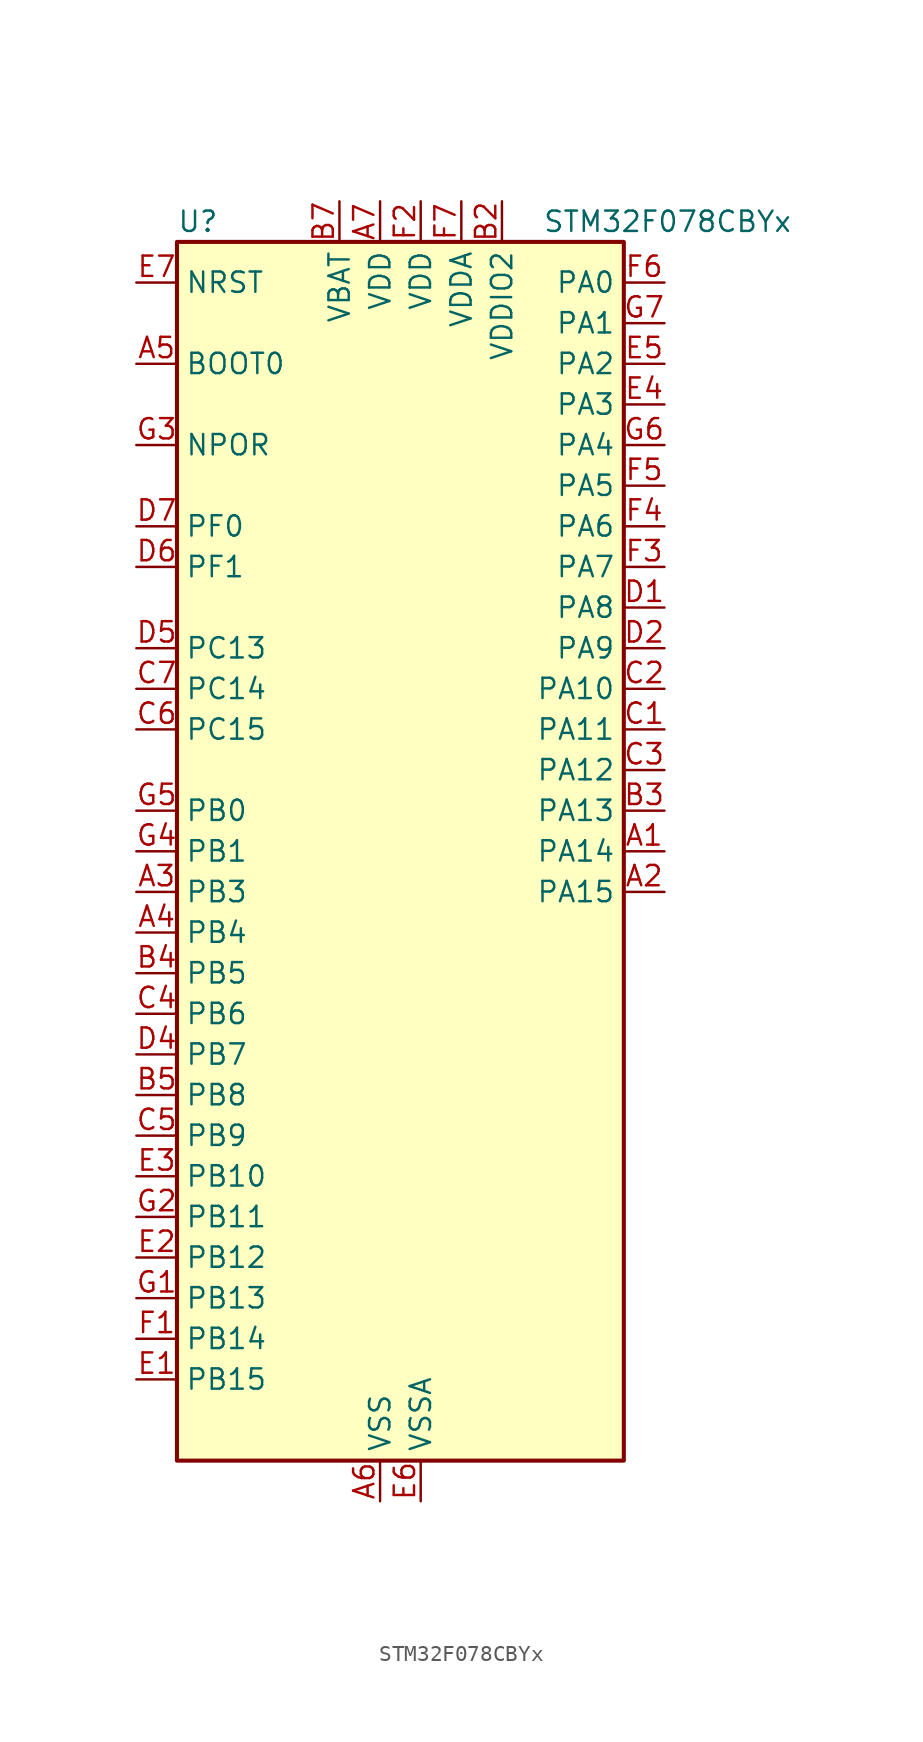
<source format=kicad_sym>
(kicad_symbol_lib
  (version 20231120)
  (generator "kicad_symbol_editor")
  (generator_version "8.0")
  (symbol "STM32F078CBYx"
    (property "Reference" "U"
      (at -12.7 39.37 0)
      (effects (font (size 1.27 1.27)) (justify left)))
    (property "Value" "STM32F078CBYx"
      (at 10.16 39.37 0)
      (effects (font (size 1.27 1.27)) (justify left)))
    (property "ki_locked" ""
      (at 0 0 0)
      (effects (font (size 1.27 1.27))))
    (symbol "STM32F078CBYx_0_1"
      (rectangle (start -12.7 -38.1) (end 15.24 38.1) (stroke (width 0.254) (type default)) (fill (type background))))
    (symbol "STM32F078CBYx_1_1"
      (pin bidirectional line (at 17.78 0 180) (length 2.54) (name "PA14" (effects (font (size 1.27 1.27)))) (number "A1" (effects (font (size 1.27 1.27)))) (alternate "SYS_SWCLK" bidirectional line) (alternate "USART2_TX" bidirectional line))
      (pin bidirectional line (at 17.78 -2.54 180) (length 2.54) (name "PA15" (effects (font (size 1.27 1.27)))) (number "A2" (effects (font (size 1.27 1.27)))) (alternate "I2S1_WS" bidirectional line) (alternate "SPI1_NSS" bidirectional line) (alternate "TIM2_CH1" bidirectional line) (alternate "TIM2_ETR" bidirectional line) (alternate "USART2_RX" bidirectional line) (alternate "USART4_DE" bidirectional line) (alternate "USART4_RTS" bidirectional line))
      (pin bidirectional line (at -15.24 -2.54 0) (length 2.54) (name "PB3" (effects (font (size 1.27 1.27)))) (number "A3" (effects (font (size 1.27 1.27)))) (alternate "I2S1_CK" bidirectional line) (alternate "SPI1_SCK" bidirectional line) (alternate "TIM2_CH2" bidirectional line) (alternate "TSC_G5_IO1" bidirectional line))
      (pin bidirectional line (at -15.24 -5.08 0) (length 2.54) (name "PB4" (effects (font (size 1.27 1.27)))) (number "A4" (effects (font (size 1.27 1.27)))) (alternate "I2S1_MCK" bidirectional line) (alternate "SPI1_MISO" bidirectional line) (alternate "TIM17_BKIN" bidirectional line) (alternate "TIM3_CH1" bidirectional line) (alternate "TSC_G5_IO2" bidirectional line))
      (pin input line (at -15.24 30.48 0) (length 2.54) (name "BOOT0" (effects (font (size 1.27 1.27)))) (number "A5" (effects (font (size 1.27 1.27)))))
      (pin power_in line (at 0 -40.64 90) (length 2.54) (name "VSS" (effects (font (size 1.27 1.27)))) (number "A6" (effects (font (size 1.27 1.27)))))
      (pin power_in line (at 0 40.64 270) (length 2.54) (name "VDD" (effects (font (size 1.27 1.27)))) (number "A7" (effects (font (size 1.27 1.27)))))
      (pin passive line (at 0 -40.64 90) (length 2.54) hide (name "VSS" (effects (font (size 1.27 1.27)))) (number "B1" (effects (font (size 1.27 1.27)))))
      (pin power_in line (at 7.62 40.64 270) (length 2.54) (name "VDDIO2" (effects (font (size 1.27 1.27)))) (number "B2" (effects (font (size 1.27 1.27)))))
      (pin bidirectional line (at 17.78 2.54 180) (length 2.54) (name "PA13" (effects (font (size 1.27 1.27)))) (number "B3" (effects (font (size 1.27 1.27)))) (alternate "IR_OUT" bidirectional line) (alternate "SYS_SWDIO" bidirectional line) (alternate "USB_NOE" bidirectional line))
      (pin bidirectional line (at -15.24 -7.62 0) (length 2.54) (name "PB5" (effects (font (size 1.27 1.27)))) (number "B4" (effects (font (size 1.27 1.27)))) (alternate "I2C1_SMBA" bidirectional line) (alternate "I2S1_SD" bidirectional line) (alternate "SPI1_MOSI" bidirectional line) (alternate "SYS_WKUP6" bidirectional line) (alternate "TIM16_BKIN" bidirectional line) (alternate "TIM3_CH2" bidirectional line))
      (pin bidirectional line (at -15.24 -15.24 0) (length 2.54) (name "PB8" (effects (font (size 1.27 1.27)))) (number "B5" (effects (font (size 1.27 1.27)))) (alternate "CEC" bidirectional line) (alternate "I2C1_SCL" bidirectional line) (alternate "TIM16_CH1" bidirectional line) (alternate "TSC_SYNC" bidirectional line))
      (pin no_connect line (at -12.7 -38.1 0) (length 2.54) hide (name "NC" (effects (font (size 1.27 1.27)))) (number "B6" (effects (font (size 1.27 1.27)))))
      (pin power_in line (at -2.54 40.64 270) (length 2.54) (name "VBAT" (effects (font (size 1.27 1.27)))) (number "B7" (effects (font (size 1.27 1.27)))))
      (pin bidirectional line (at 17.78 7.62 180) (length 2.54) (name "PA11" (effects (font (size 1.27 1.27)))) (number "C1" (effects (font (size 1.27 1.27)))) (alternate "COMP1_OUT" bidirectional line) (alternate "TIM1_CH4" bidirectional line) (alternate "TSC_G4_IO3" bidirectional line) (alternate "USART1_CTS" bidirectional line) (alternate "USB_DM" bidirectional line))
      (pin bidirectional line (at 17.78 10.16 180) (length 2.54) (name "PA10" (effects (font (size 1.27 1.27)))) (number "C2" (effects (font (size 1.27 1.27)))) (alternate "TIM17_BKIN" bidirectional line) (alternate "TIM1_CH3" bidirectional line) (alternate "TSC_G4_IO2" bidirectional line) (alternate "USART1_RX" bidirectional line))
      (pin bidirectional line (at 17.78 5.08 180) (length 2.54) (name "PA12" (effects (font (size 1.27 1.27)))) (number "C3" (effects (font (size 1.27 1.27)))) (alternate "COMP2_OUT" bidirectional line) (alternate "TIM1_ETR" bidirectional line) (alternate "TSC_G4_IO4" bidirectional line) (alternate "USART1_DE" bidirectional line) (alternate "USART1_RTS" bidirectional line) (alternate "USB_DP" bidirectional line))
      (pin bidirectional line (at -15.24 -10.16 0) (length 2.54) (name "PB6" (effects (font (size 1.27 1.27)))) (number "C4" (effects (font (size 1.27 1.27)))) (alternate "I2C1_SCL" bidirectional line) (alternate "TIM16_CH1N" bidirectional line) (alternate "TSC_G5_IO3" bidirectional line) (alternate "USART1_TX" bidirectional line))
      (pin bidirectional line (at -15.24 -17.78 0) (length 2.54) (name "PB9" (effects (font (size 1.27 1.27)))) (number "C5" (effects (font (size 1.27 1.27)))) (alternate "DAC_EXTI9" bidirectional line) (alternate "I2C1_SDA" bidirectional line) (alternate "I2S2_WS" bidirectional line) (alternate "IR_OUT" bidirectional line) (alternate "SPI2_NSS" bidirectional line) (alternate "TIM17_CH1" bidirectional line))
      (pin bidirectional line (at -15.24 7.62 0) (length 2.54) (name "PC15" (effects (font (size 1.27 1.27)))) (number "C6" (effects (font (size 1.27 1.27)))) (alternate "RCC_OSC32_OUT" bidirectional line))
      (pin bidirectional line (at -15.24 10.16 0) (length 2.54) (name "PC14" (effects (font (size 1.27 1.27)))) (number "C7" (effects (font (size 1.27 1.27)))) (alternate "RCC_OSC32_IN" bidirectional line))
      (pin bidirectional line (at 17.78 15.24 180) (length 2.54) (name "PA8" (effects (font (size 1.27 1.27)))) (number "D1" (effects (font (size 1.27 1.27)))) (alternate "CRS_SYNC" bidirectional line) (alternate "RCC_MCO" bidirectional line) (alternate "TIM1_CH1" bidirectional line) (alternate "USART1_CK" bidirectional line))
      (pin bidirectional line (at 17.78 12.7 180) (length 2.54) (name "PA9" (effects (font (size 1.27 1.27)))) (number "D2" (effects (font (size 1.27 1.27)))) (alternate "DAC_EXTI9" bidirectional line) (alternate "TIM15_BKIN" bidirectional line) (alternate "TIM1_CH2" bidirectional line) (alternate "TSC_G4_IO1" bidirectional line) (alternate "USART1_TX" bidirectional line))
      (pin passive line (at 0 -40.64 90) (length 2.54) hide (name "VSS" (effects (font (size 1.27 1.27)))) (number "D3" (effects (font (size 1.27 1.27)))))
      (pin bidirectional line (at -15.24 -12.7 0) (length 2.54) (name "PB7" (effects (font (size 1.27 1.27)))) (number "D4" (effects (font (size 1.27 1.27)))) (alternate "I2C1_SDA" bidirectional line) (alternate "TIM17_CH1N" bidirectional line) (alternate "TSC_G5_IO4" bidirectional line) (alternate "USART1_RX" bidirectional line) (alternate "USART4_CTS" bidirectional line))
      (pin bidirectional line (at -15.24 12.7 0) (length 2.54) (name "PC13" (effects (font (size 1.27 1.27)))) (number "D5" (effects (font (size 1.27 1.27)))) (alternate "RTC_OUT_ALARM" bidirectional line) (alternate "RTC_OUT_CALIB" bidirectional line) (alternate "RTC_TAMP1" bidirectional line) (alternate "RTC_TS" bidirectional line) (alternate "SYS_WKUP2" bidirectional line))
      (pin bidirectional line (at -15.24 17.78 0) (length 2.54) (name "PF1" (effects (font (size 1.27 1.27)))) (number "D6" (effects (font (size 1.27 1.27)))) (alternate "RCC_OSC_OUT" bidirectional line))
      (pin bidirectional line (at -15.24 20.32 0) (length 2.54) (name "PF0" (effects (font (size 1.27 1.27)))) (number "D7" (effects (font (size 1.27 1.27)))) (alternate "CRS_SYNC" bidirectional line) (alternate "RCC_OSC_IN" bidirectional line))
      (pin bidirectional line (at -15.24 -33.02 0) (length 2.54) (name "PB15" (effects (font (size 1.27 1.27)))) (number "E1" (effects (font (size 1.27 1.27)))) (alternate "I2S2_SD" bidirectional line) (alternate "RTC_REFIN" bidirectional line) (alternate "SPI2_MOSI" bidirectional line) (alternate "SYS_WKUP7" bidirectional line) (alternate "TIM15_CH1N" bidirectional line) (alternate "TIM15_CH2" bidirectional line) (alternate "TIM1_CH3N" bidirectional line))
      (pin bidirectional line (at -15.24 -25.4 0) (length 2.54) (name "PB12" (effects (font (size 1.27 1.27)))) (number "E2" (effects (font (size 1.27 1.27)))) (alternate "I2S2_WS" bidirectional line) (alternate "SPI2_NSS" bidirectional line) (alternate "TIM15_BKIN" bidirectional line) (alternate "TIM1_BKIN" bidirectional line) (alternate "TSC_G6_IO2" bidirectional line) (alternate "USART3_CK" bidirectional line))
      (pin bidirectional line (at -15.24 -20.32 0) (length 2.54) (name "PB10" (effects (font (size 1.27 1.27)))) (number "E3" (effects (font (size 1.27 1.27)))) (alternate "CEC" bidirectional line) (alternate "I2C2_SCL" bidirectional line) (alternate "I2S2_CK" bidirectional line) (alternate "SPI2_SCK" bidirectional line) (alternate "TIM2_CH3" bidirectional line) (alternate "TSC_SYNC" bidirectional line) (alternate "USART3_TX" bidirectional line))
      (pin bidirectional line (at 17.78 27.94 180) (length 2.54) (name "PA3" (effects (font (size 1.27 1.27)))) (number "E4" (effects (font (size 1.27 1.27)))) (alternate "ADC_IN3" bidirectional line) (alternate "COMP2_INP" bidirectional line) (alternate "TIM15_CH2" bidirectional line) (alternate "TIM2_CH4" bidirectional line) (alternate "TSC_G1_IO4" bidirectional line) (alternate "USART2_RX" bidirectional line))
      (pin bidirectional line (at 17.78 30.48 180) (length 2.54) (name "PA2" (effects (font (size 1.27 1.27)))) (number "E5" (effects (font (size 1.27 1.27)))) (alternate "ADC_IN2" bidirectional line) (alternate "COMP2_INM" bidirectional line) (alternate "COMP2_OUT" bidirectional line) (alternate "SYS_WKUP4" bidirectional line) (alternate "TIM15_CH1" bidirectional line) (alternate "TIM2_CH3" bidirectional line) (alternate "TSC_G1_IO3" bidirectional line) (alternate "USART2_TX" bidirectional line))
      (pin power_in line (at 2.54 -40.64 90) (length 2.54) (name "VSSA" (effects (font (size 1.27 1.27)))) (number "E6" (effects (font (size 1.27 1.27)))))
      (pin input line (at -15.24 35.56 0) (length 2.54) (name "NRST" (effects (font (size 1.27 1.27)))) (number "E7" (effects (font (size 1.27 1.27)))))
      (pin bidirectional line (at -15.24 -30.48 0) (length 2.54) (name "PB14" (effects (font (size 1.27 1.27)))) (number "F1" (effects (font (size 1.27 1.27)))) (alternate "I2C2_SDA" bidirectional line) (alternate "I2S2_MCK" bidirectional line) (alternate "SPI2_MISO" bidirectional line) (alternate "TIM15_CH1" bidirectional line) (alternate "TIM1_CH2N" bidirectional line) (alternate "TSC_G6_IO4" bidirectional line) (alternate "USART3_DE" bidirectional line) (alternate "USART3_RTS" bidirectional line))
      (pin power_in line (at 2.54 40.64 270) (length 2.54) (name "VDD" (effects (font (size 1.27 1.27)))) (number "F2" (effects (font (size 1.27 1.27)))))
      (pin bidirectional line (at 17.78 17.78 180) (length 2.54) (name "PA7" (effects (font (size 1.27 1.27)))) (number "F3" (effects (font (size 1.27 1.27)))) (alternate "ADC_IN7" bidirectional line) (alternate "COMP2_OUT" bidirectional line) (alternate "I2S1_SD" bidirectional line) (alternate "SPI1_MOSI" bidirectional line) (alternate "TIM14_CH1" bidirectional line) (alternate "TIM17_CH1" bidirectional line) (alternate "TIM1_CH1N" bidirectional line) (alternate "TIM3_CH2" bidirectional line) (alternate "TSC_G2_IO4" bidirectional line))
      (pin bidirectional line (at 17.78 20.32 180) (length 2.54) (name "PA6" (effects (font (size 1.27 1.27)))) (number "F4" (effects (font (size 1.27 1.27)))) (alternate "ADC_IN6" bidirectional line) (alternate "COMP1_OUT" bidirectional line) (alternate "I2S1_MCK" bidirectional line) (alternate "SPI1_MISO" bidirectional line) (alternate "TIM16_CH1" bidirectional line) (alternate "TIM1_BKIN" bidirectional line) (alternate "TIM3_CH1" bidirectional line) (alternate "TSC_G2_IO3" bidirectional line) (alternate "USART3_CTS" bidirectional line))
      (pin bidirectional line (at 17.78 22.86 180) (length 2.54) (name "PA5" (effects (font (size 1.27 1.27)))) (number "F5" (effects (font (size 1.27 1.27)))) (alternate "ADC_IN5" bidirectional line) (alternate "CEC" bidirectional line) (alternate "COMP1_INM" bidirectional line) (alternate "COMP2_INM" bidirectional line) (alternate "DAC_OUT2" bidirectional line) (alternate "I2S1_CK" bidirectional line) (alternate "SPI1_SCK" bidirectional line) (alternate "TIM2_CH1" bidirectional line) (alternate "TIM2_ETR" bidirectional line) (alternate "TSC_G2_IO2" bidirectional line))
      (pin bidirectional line (at 17.78 35.56 180) (length 2.54) (name "PA0" (effects (font (size 1.27 1.27)))) (number "F6" (effects (font (size 1.27 1.27)))) (alternate "ADC_IN0" bidirectional line) (alternate "COMP1_INM" bidirectional line) (alternate "COMP1_OUT" bidirectional line) (alternate "RTC_TAMP2" bidirectional line) (alternate "SYS_WKUP1" bidirectional line) (alternate "TIM2_CH1" bidirectional line) (alternate "TIM2_ETR" bidirectional line) (alternate "TSC_G1_IO1" bidirectional line) (alternate "USART2_CTS" bidirectional line) (alternate "USART4_TX" bidirectional line))
      (pin power_in line (at 5.08 40.64 270) (length 2.54) (name "VDDA" (effects (font (size 1.27 1.27)))) (number "F7" (effects (font (size 1.27 1.27)))))
      (pin bidirectional line (at -15.24 -27.94 0) (length 2.54) (name "PB13" (effects (font (size 1.27 1.27)))) (number "G1" (effects (font (size 1.27 1.27)))) (alternate "I2C2_SCL" bidirectional line) (alternate "I2S2_CK" bidirectional line) (alternate "SPI2_SCK" bidirectional line) (alternate "TIM1_CH1N" bidirectional line) (alternate "TSC_G6_IO3" bidirectional line) (alternate "USART3_CTS" bidirectional line))
      (pin bidirectional line (at -15.24 -22.86 0) (length 2.54) (name "PB11" (effects (font (size 1.27 1.27)))) (number "G2" (effects (font (size 1.27 1.27)))) (alternate "I2C2_SDA" bidirectional line) (alternate "TIM2_CH4" bidirectional line) (alternate "TSC_G6_IO1" bidirectional line) (alternate "USART3_RX" bidirectional line))
      (pin input line (at -15.24 25.4 0) (length 2.54) (name "NPOR" (effects (font (size 1.27 1.27)))) (number "G3" (effects (font (size 1.27 1.27)))))
      (pin bidirectional line (at -15.24 0 0) (length 2.54) (name "PB1" (effects (font (size 1.27 1.27)))) (number "G4" (effects (font (size 1.27 1.27)))) (alternate "ADC_IN9" bidirectional line) (alternate "TIM14_CH1" bidirectional line) (alternate "TIM1_CH3N" bidirectional line) (alternate "TIM3_CH4" bidirectional line) (alternate "TSC_G3_IO3" bidirectional line) (alternate "USART3_DE" bidirectional line) (alternate "USART3_RTS" bidirectional line))
      (pin bidirectional line (at -15.24 2.54 0) (length 2.54) (name "PB0" (effects (font (size 1.27 1.27)))) (number "G5" (effects (font (size 1.27 1.27)))) (alternate "ADC_IN8" bidirectional line) (alternate "TIM1_CH2N" bidirectional line) (alternate "TIM3_CH3" bidirectional line) (alternate "TSC_G3_IO2" bidirectional line) (alternate "USART3_CK" bidirectional line))
      (pin bidirectional line (at 17.78 25.4 180) (length 2.54) (name "PA4" (effects (font (size 1.27 1.27)))) (number "G6" (effects (font (size 1.27 1.27)))) (alternate "ADC_IN4" bidirectional line) (alternate "COMP1_INM" bidirectional line) (alternate "COMP2_INM" bidirectional line) (alternate "DAC_OUT1" bidirectional line) (alternate "I2S1_WS" bidirectional line) (alternate "SPI1_NSS" bidirectional line) (alternate "TIM14_CH1" bidirectional line) (alternate "TSC_G2_IO1" bidirectional line) (alternate "USART2_CK" bidirectional line))
      (pin bidirectional line (at 17.78 33.02 180) (length 2.54) (name "PA1" (effects (font (size 1.27 1.27)))) (number "G7" (effects (font (size 1.27 1.27)))) (alternate "ADC_IN1" bidirectional line) (alternate "COMP1_INP" bidirectional line) (alternate "TIM15_CH1N" bidirectional line) (alternate "TIM2_CH2" bidirectional line) (alternate "TSC_G1_IO2" bidirectional line) (alternate "USART2_DE" bidirectional line) (alternate "USART2_RTS" bidirectional line) (alternate "USART4_RX" bidirectional line)))))
</source>
